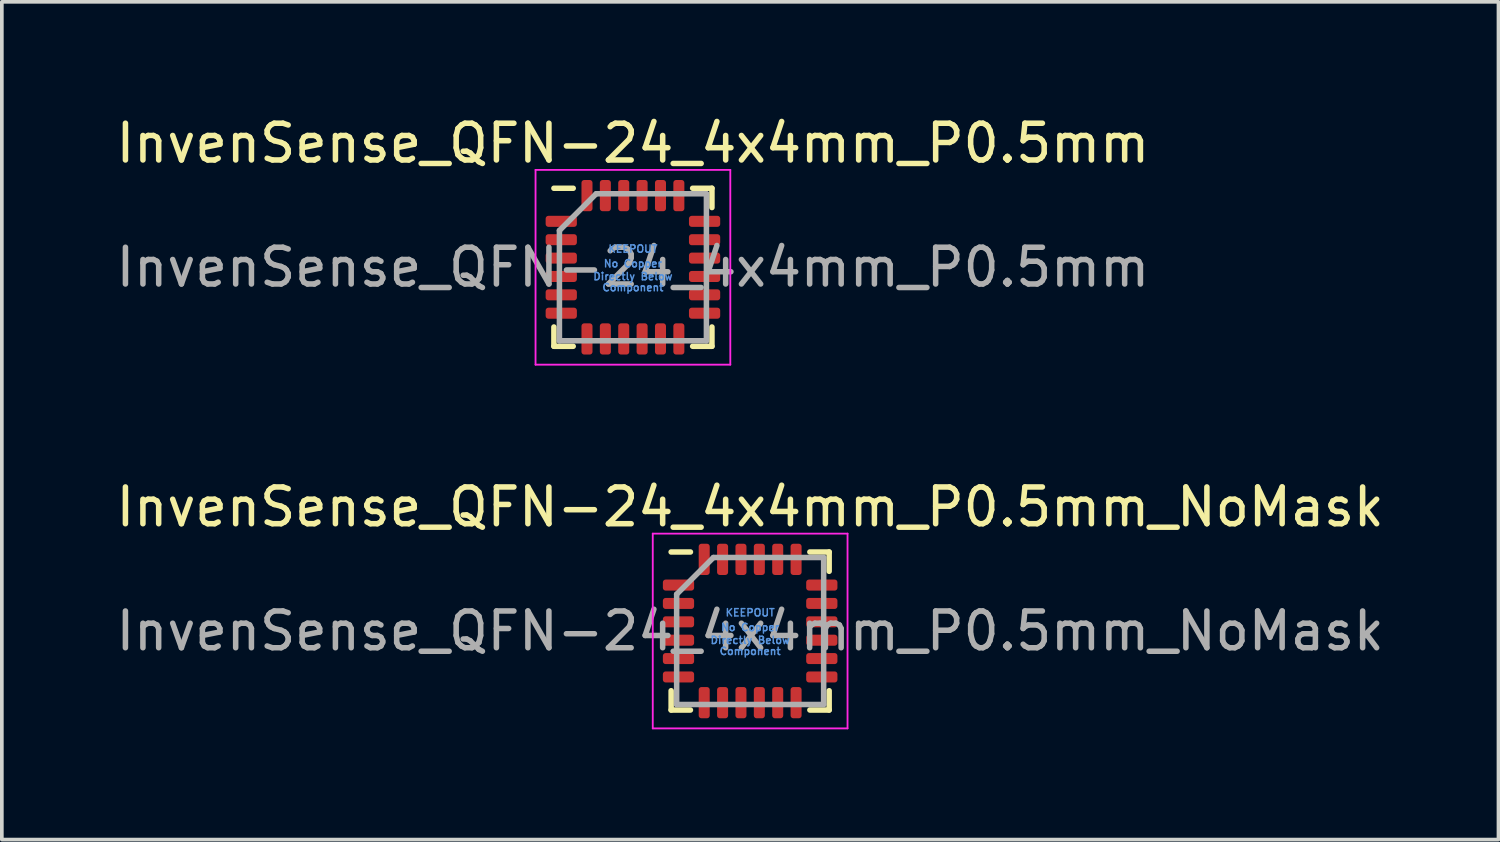
<source format=kicad_pcb>
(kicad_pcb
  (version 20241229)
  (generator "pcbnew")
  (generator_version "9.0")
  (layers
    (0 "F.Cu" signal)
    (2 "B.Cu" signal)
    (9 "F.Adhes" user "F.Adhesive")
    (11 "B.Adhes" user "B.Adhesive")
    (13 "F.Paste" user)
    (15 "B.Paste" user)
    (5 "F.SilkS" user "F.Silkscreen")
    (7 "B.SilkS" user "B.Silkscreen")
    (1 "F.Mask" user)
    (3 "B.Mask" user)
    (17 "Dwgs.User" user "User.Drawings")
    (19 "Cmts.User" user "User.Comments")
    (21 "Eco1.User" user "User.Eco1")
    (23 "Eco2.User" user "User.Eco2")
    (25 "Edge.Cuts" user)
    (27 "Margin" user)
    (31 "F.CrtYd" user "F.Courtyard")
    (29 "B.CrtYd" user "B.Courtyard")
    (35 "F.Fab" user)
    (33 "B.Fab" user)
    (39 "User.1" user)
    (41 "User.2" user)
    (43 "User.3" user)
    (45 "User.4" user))
  (footprint "InvenSense_QFN-24_4x4mm_P0.5mm"
    (layer "F.Cu")
    (at 14.173 4.223)
    (property "Reference" "InvenSense_QFN-24_4x4mm_P0.5mm" (at 0 -3.375 0) (layer "F.SilkS") (effects (font (size 1 1) (thickness 0.15))))
    (attr smd)
    (fp_line (start -2.15 -2.15) (end -1.625 -2.15) (stroke (width 0.15) (type solid)) (layer "F.SilkS"))
    (fp_line (start -2.15 2.15) (end -2.15 1.625) (stroke (width 0.15) (type solid)) (layer "F.SilkS"))
    (fp_line (start -2.15 2.15) (end -1.625 2.15) (stroke (width 0.15) (type solid)) (layer "F.SilkS"))
    (fp_line (start 2.15 -2.15) (end 1.625 -2.15) (stroke (width 0.15) (type solid)) (layer "F.SilkS"))
    (fp_line (start 2.15 -2.15) (end 2.15 -1.625) (stroke (width 0.15) (type solid)) (layer "F.SilkS"))
    (fp_line (start 2.15 2.15) (end 1.625 2.15) (stroke (width 0.15) (type solid)) (layer "F.SilkS"))
    (fp_line (start 2.15 2.15) (end 2.15 1.625) (stroke (width 0.15) (type solid)) (layer "F.SilkS"))
    (fp_line (start -2.65 -2.65) (end -2.65 2.65) (stroke (width 0.05) (type solid)) (layer "F.CrtYd"))
    (fp_line (start -2.65 -2.65) (end 2.65 -2.65) (stroke (width 0.05) (type solid)) (layer "F.CrtYd"))
    (fp_line (start -2.65 2.65) (end 2.65 2.65) (stroke (width 0.05) (type solid)) (layer "F.CrtYd"))
    (fp_line (start 2.65 -2.65) (end 2.65 2.65) (stroke (width 0.05) (type solid)) (layer "F.CrtYd"))
    (fp_line (start -2 -1) (end -1 -2) (stroke (width 0.15) (type solid)) (layer "F.Fab"))
    (fp_line (start -2 2) (end -2 -1) (stroke (width 0.15) (type solid)) (layer "F.Fab"))
    (fp_line (start -1 -2) (end 2 -2) (stroke (width 0.15) (type solid)) (layer "F.Fab"))
    (fp_line (start 2 -2) (end 2 2) (stroke (width 0.15) (type solid)) (layer "F.Fab"))
    (fp_line (start 2 2) (end -2 2) (stroke (width 0.15) (type solid)) (layer "F.Fab"))
    (fp_text user "Component" (at 0 0.55 0) (layer "Cmts.User") (effects (font (size 0.2 0.2) (thickness 0.04))))
    (fp_text user "No Copper" (at 0 -0.1 0) (layer "Cmts.User") (effects (font (size 0.2 0.2) (thickness 0.04))))
    (fp_text user "KEEPOUT" (at 0 -0.5 0) (layer "Cmts.User") (effects (font (size 0.2 0.2) (thickness 0.04))))
    (fp_text user "Directly Below" (at 0 0.25 0) (layer "Cmts.User") (effects (font (size 0.2 0.2) (thickness 0.04))))
    (fp_text user "${REFERENCE}" (at 0 0 0) (layer "F.Fab") (effects (font (size 1 1) (thickness 0.15))))
    (pad "1" smd roundrect (at -1.95 -1.25) (size 0.85 0.3) (layers "F.Cu" "F.Mask" "F.Paste") (roundrect_rratio 0.25))
    (pad "2" smd roundrect (at -1.95 -0.75) (size 0.85 0.3) (layers "F.Cu" "F.Mask" "F.Paste") (roundrect_rratio 0.25))
    (pad "3" smd roundrect (at -1.95 -0.25) (size 0.85 0.3) (layers "F.Cu" "F.Mask" "F.Paste") (roundrect_rratio 0.25))
    (pad "4" smd roundrect (at -1.95 0.25) (size 0.85 0.3) (layers "F.Cu" "F.Mask" "F.Paste") (roundrect_rratio 0.25))
    (pad "5" smd roundrect (at -1.95 0.75) (size 0.85 0.3) (layers "F.Cu" "F.Mask" "F.Paste") (roundrect_rratio 0.25))
    (pad "6" smd roundrect (at -1.95 1.25) (size 0.85 0.3) (layers "F.Cu" "F.Mask" "F.Paste") (roundrect_rratio 0.25))
    (pad "7" smd roundrect (at -1.25 1.95 90) (size 0.85 0.3) (layers "F.Cu" "F.Mask" "F.Paste") (roundrect_rratio 0.25))
    (pad "8" smd roundrect (at -0.75 1.95 90) (size 0.85 0.3) (layers "F.Cu" "F.Mask" "F.Paste") (roundrect_rratio 0.25))
    (pad "9" smd roundrect (at -0.25 1.95 90) (size 0.85 0.3) (layers "F.Cu" "F.Mask" "F.Paste") (roundrect_rratio 0.25))
    (pad "10" smd roundrect (at 0.25 1.95 90) (size 0.85 0.3) (layers "F.Cu" "F.Mask" "F.Paste") (roundrect_rratio 0.25))
    (pad "11" smd roundrect (at 0.75 1.95 90) (size 0.85 0.3) (layers "F.Cu" "F.Mask" "F.Paste") (roundrect_rratio 0.25))
    (pad "12" smd roundrect (at 1.25 1.95 90) (size 0.85 0.3) (layers "F.Cu" "F.Mask" "F.Paste") (roundrect_rratio 0.25))
    (pad "13" smd roundrect (at 1.95 1.25) (size 0.85 0.3) (layers "F.Cu" "F.Mask" "F.Paste") (roundrect_rratio 0.25))
    (pad "14" smd roundrect (at 1.95 0.75) (size 0.85 0.3) (layers "F.Cu" "F.Mask" "F.Paste") (roundrect_rratio 0.25))
    (pad "15" smd roundrect (at 1.95 0.25) (size 0.85 0.3) (layers "F.Cu" "F.Mask" "F.Paste") (roundrect_rratio 0.25))
    (pad "16" smd roundrect (at 1.95 -0.25) (size 0.85 0.3) (layers "F.Cu" "F.Mask" "F.Paste") (roundrect_rratio 0.25))
    (pad "17" smd roundrect (at 1.95 -0.75) (size 0.85 0.3) (layers "F.Cu" "F.Mask" "F.Paste") (roundrect_rratio 0.25))
    (pad "18" smd roundrect (at 1.95 -1.25) (size 0.85 0.3) (layers "F.Cu" "F.Mask" "F.Paste") (roundrect_rratio 0.25))
    (pad "19" smd roundrect (at 1.25 -1.95 90) (size 0.85 0.3) (layers "F.Cu" "F.Mask" "F.Paste") (roundrect_rratio 0.25))
    (pad "20" smd roundrect (at 0.75 -1.95 90) (size 0.85 0.3) (layers "F.Cu" "F.Mask" "F.Paste") (roundrect_rratio 0.25))
    (pad "21" smd roundrect (at 0.25 -1.95 90) (size 0.85 0.3) (layers "F.Cu" "F.Mask" "F.Paste") (roundrect_rratio 0.25))
    (pad "22" smd roundrect (at -0.25 -1.95 90) (size 0.85 0.3) (layers "F.Cu" "F.Mask" "F.Paste") (roundrect_rratio 0.25))
    (pad "23" smd roundrect (at -0.75 -1.95 90) (size 0.85 0.3) (layers "F.Cu" "F.Mask" "F.Paste") (roundrect_rratio 0.25))
    (pad "24" smd roundrect (at -1.25 -1.95 90) (size 0.85 0.3) (layers "F.Cu" "F.Mask" "F.Paste") (roundrect_rratio 0.25))
    (zone (net_name "") (layer "F.Cu") (hatch full 0.508) (connect_pads) (min_thickness 0.254) (filled_areas_thickness no) (keepout (tracks not_allowed) (vias not_allowed) (pads not_allowed) (copperpour not_allowed) (footprints allowed)) (placement (enabled no)) (fill) (polygon (pts (xy 12.798 2.898) (xy 15.548 2.898) (xy 15.548 5.548) (xy 12.798 5.548)))))
  (footprint "InvenSense_QFN-24_4x4mm_P0.5mm_NoMask"
    (layer "F.Cu")
    (at 17.363 14.121)
    (property "Reference" "InvenSense_QFN-24_4x4mm_P0.5mm_NoMask" (at 0 -3.375 0) (layer "F.SilkS") (effects (font (size 1 1) (thickness 0.15))))
    (attr smd)
    (fp_line (start -2.15 -2.15) (end -1.625 -2.15) (stroke (width 0.15) (type solid)) (layer "F.SilkS"))
    (fp_line (start -2.15 2.15) (end -2.15 1.625) (stroke (width 0.15) (type solid)) (layer "F.SilkS"))
    (fp_line (start -2.15 2.15) (end -1.625 2.15) (stroke (width 0.15) (type solid)) (layer "F.SilkS"))
    (fp_line (start 2.15 -2.15) (end 1.625 -2.15) (stroke (width 0.15) (type solid)) (layer "F.SilkS"))
    (fp_line (start 2.15 -2.15) (end 2.15 -1.625) (stroke (width 0.15) (type solid)) (layer "F.SilkS"))
    (fp_line (start 2.15 2.15) (end 1.625 2.15) (stroke (width 0.15) (type solid)) (layer "F.SilkS"))
    (fp_line (start 2.15 2.15) (end 2.15 1.625) (stroke (width 0.15) (type solid)) (layer "F.SilkS"))
    (fp_line (start -2.65 -2.65) (end -2.65 2.65) (stroke (width 0.05) (type solid)) (layer "F.CrtYd"))
    (fp_line (start -2.65 -2.65) (end 2.65 -2.65) (stroke (width 0.05) (type solid)) (layer "F.CrtYd"))
    (fp_line (start -2.65 2.65) (end 2.65 2.65) (stroke (width 0.05) (type solid)) (layer "F.CrtYd"))
    (fp_line (start 2.65 -2.65) (end 2.65 2.65) (stroke (width 0.05) (type solid)) (layer "F.CrtYd"))
    (fp_line (start -2 -1) (end -1 -2) (stroke (width 0.15) (type solid)) (layer "F.Fab"))
    (fp_line (start -2 2) (end -2 -1) (stroke (width 0.15) (type solid)) (layer "F.Fab"))
    (fp_line (start -1 -2) (end 2 -2) (stroke (width 0.15) (type solid)) (layer "F.Fab"))
    (fp_line (start 2 -2) (end 2 2) (stroke (width 0.15) (type solid)) (layer "F.Fab"))
    (fp_line (start 2 2) (end -2 2) (stroke (width 0.15) (type solid)) (layer "F.Fab"))
    (fp_text user "Component" (at 0 0.55 0) (layer "Cmts.User") (effects (font (size 0.2 0.2) (thickness 0.04))))
    (fp_text user "Directly Below" (at 0 0.25 0) (layer "Cmts.User") (effects (font (size 0.2 0.2) (thickness 0.04))))
    (fp_text user "No Copper" (at 0 -0.1 0) (layer "Cmts.User") (effects (font (size 0.2 0.2) (thickness 0.04))))
    (fp_text user "KEEPOUT" (at 0 -0.5 0) (layer "Cmts.User") (effects (font (size 0.2 0.2) (thickness 0.04))))
    (fp_text user "${REFERENCE}" (at 0 0 0) (layer "F.Fab") (effects (font (size 1 1) (thickness 0.15))))
    (pad "" smd roundrect (at 0 0) (size 2.75 2.65) (layers "F.Mask") (roundrect_rratio 0.094))
    (pad "1" smd roundrect (at -1.95 -1.25) (size 0.85 0.3) (layers "F.Cu" "F.Mask" "F.Paste") (roundrect_rratio 0.25))
    (pad "2" smd roundrect (at -1.95 -0.75) (size 0.85 0.3) (layers "F.Cu" "F.Mask" "F.Paste") (roundrect_rratio 0.25))
    (pad "3" smd roundrect (at -1.95 -0.25) (size 0.85 0.3) (layers "F.Cu" "F.Mask" "F.Paste") (roundrect_rratio 0.25))
    (pad "4" smd roundrect (at -1.95 0.25) (size 0.85 0.3) (layers "F.Cu" "F.Mask" "F.Paste") (roundrect_rratio 0.25))
    (pad "5" smd roundrect (at -1.95 0.75) (size 0.85 0.3) (layers "F.Cu" "F.Mask" "F.Paste") (roundrect_rratio 0.25))
    (pad "6" smd roundrect (at -1.95 1.25) (size 0.85 0.3) (layers "F.Cu" "F.Mask" "F.Paste") (roundrect_rratio 0.25))
    (pad "7" smd roundrect (at -1.25 1.95 90) (size 0.85 0.3) (layers "F.Cu" "F.Mask" "F.Paste") (roundrect_rratio 0.25))
    (pad "8" smd roundrect (at -0.75 1.95 90) (size 0.85 0.3) (layers "F.Cu" "F.Mask" "F.Paste") (roundrect_rratio 0.25))
    (pad "9" smd roundrect (at -0.25 1.95 90) (size 0.85 0.3) (layers "F.Cu" "F.Mask" "F.Paste") (roundrect_rratio 0.25))
    (pad "10" smd roundrect (at 0.25 1.95 90) (size 0.85 0.3) (layers "F.Cu" "F.Mask" "F.Paste") (roundrect_rratio 0.25))
    (pad "11" smd roundrect (at 0.75 1.95 90) (size 0.85 0.3) (layers "F.Cu" "F.Mask" "F.Paste") (roundrect_rratio 0.25))
    (pad "12" smd roundrect (at 1.25 1.95 90) (size 0.85 0.3) (layers "F.Cu" "F.Mask" "F.Paste") (roundrect_rratio 0.25))
    (pad "13" smd roundrect (at 1.95 1.25) (size 0.85 0.3) (layers "F.Cu" "F.Mask" "F.Paste") (roundrect_rratio 0.25))
    (pad "14" smd roundrect (at 1.95 0.75) (size 0.85 0.3) (layers "F.Cu" "F.Mask" "F.Paste") (roundrect_rratio 0.25))
    (pad "15" smd roundrect (at 1.95 0.25) (size 0.85 0.3) (layers "F.Cu" "F.Mask" "F.Paste") (roundrect_rratio 0.25))
    (pad "16" smd roundrect (at 1.95 -0.25) (size 0.85 0.3) (layers "F.Cu" "F.Mask" "F.Paste") (roundrect_rratio 0.25))
    (pad "17" smd roundrect (at 1.95 -0.75) (size 0.85 0.3) (layers "F.Cu" "F.Mask" "F.Paste") (roundrect_rratio 0.25))
    (pad "18" smd roundrect (at 1.95 -1.25) (size 0.85 0.3) (layers "F.Cu" "F.Mask" "F.Paste") (roundrect_rratio 0.25))
    (pad "19" smd roundrect (at 1.25 -1.95 90) (size 0.85 0.3) (layers "F.Cu" "F.Mask" "F.Paste") (roundrect_rratio 0.25))
    (pad "20" smd roundrect (at 0.75 -1.95 90) (size 0.85 0.3) (layers "F.Cu" "F.Mask" "F.Paste") (roundrect_rratio 0.25))
    (pad "21" smd roundrect (at 0.25 -1.95 90) (size 0.85 0.3) (layers "F.Cu" "F.Mask" "F.Paste") (roundrect_rratio 0.25))
    (pad "22" smd roundrect (at -0.25 -1.95 90) (size 0.85 0.3) (layers "F.Cu" "F.Mask" "F.Paste") (roundrect_rratio 0.25))
    (pad "23" smd roundrect (at -0.75 -1.95 90) (size 0.85 0.3) (layers "F.Cu" "F.Mask" "F.Paste") (roundrect_rratio 0.25))
    (pad "24" smd roundrect (at -1.25 -1.95 90) (size 0.85 0.3) (layers "F.Cu" "F.Mask" "F.Paste") (roundrect_rratio 0.25))
    (zone (net_name "") (layer "F.Cu") (hatch full 0.508) (connect_pads) (min_thickness 0.254) (filled_areas_thickness no) (keepout (tracks not_allowed) (vias not_allowed) (pads not_allowed) (copperpour not_allowed) (footprints allowed)) (placement (enabled no)) (fill) (polygon (pts (xy 15.988 12.796) (xy 18.738 12.796) (xy 18.738 15.447) (xy 15.988 15.447)))))
  (gr_rect
    (start -3 -3)
    (end 37.726 19.797)
    (stroke (width 0.1) (type default))
    (fill no)
    (layer "Edge.Cuts")))
</source>
